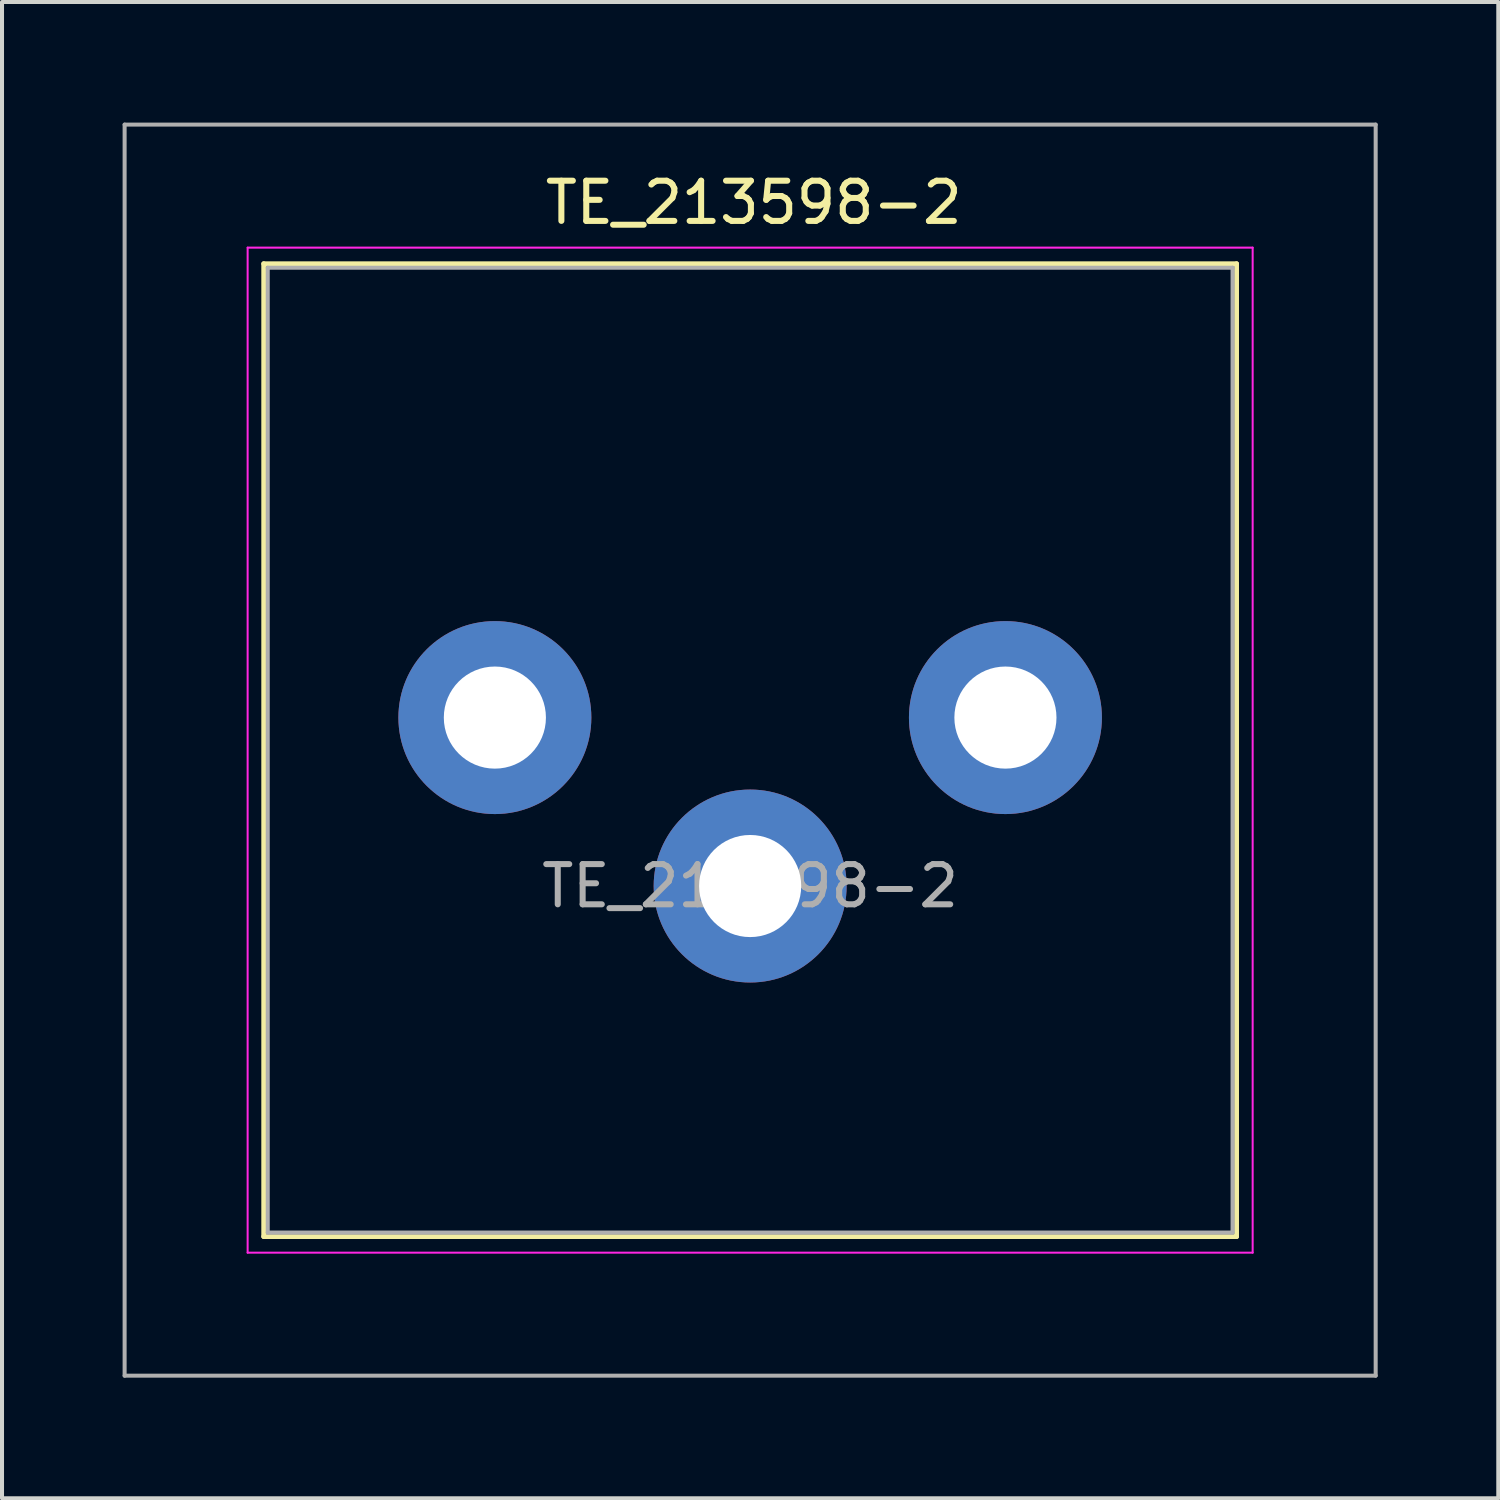
<source format=kicad_pcb>
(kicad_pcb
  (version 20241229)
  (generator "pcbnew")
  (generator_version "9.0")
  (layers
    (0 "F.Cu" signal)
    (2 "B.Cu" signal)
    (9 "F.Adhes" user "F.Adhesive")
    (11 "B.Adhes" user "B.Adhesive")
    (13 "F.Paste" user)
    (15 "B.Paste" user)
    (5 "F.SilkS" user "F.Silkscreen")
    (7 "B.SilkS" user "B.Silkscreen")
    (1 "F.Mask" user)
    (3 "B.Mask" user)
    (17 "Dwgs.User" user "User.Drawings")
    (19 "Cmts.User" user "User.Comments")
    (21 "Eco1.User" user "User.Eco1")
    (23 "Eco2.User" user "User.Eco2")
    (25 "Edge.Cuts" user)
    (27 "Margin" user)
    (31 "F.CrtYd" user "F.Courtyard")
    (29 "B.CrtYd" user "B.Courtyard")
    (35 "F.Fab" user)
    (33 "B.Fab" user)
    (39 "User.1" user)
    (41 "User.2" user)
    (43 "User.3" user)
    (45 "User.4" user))
  (footprint "TE_213598-2"
    (layer "F.Cu")
    (at 9.26 14.8)
    (property "Reference" "TE_213598-2" (at 6.44 -12.81 0) (layer "F.SilkS") (effects (font (size 1 1) (thickness 0.15))))
    (attr through_hole)
    (fp_line (start -5.75 12.91) (end -5.75 -11.29) (stroke (width 0.12) (type solid)) (layer "F.SilkS"))
    (fp_line (start -5.75 12.91) (end 18.45 12.91) (stroke (width 0.12) (type solid)) (layer "F.SilkS"))
    (fp_line (start 18.45 -11.29) (end -5.75 -11.29) (stroke (width 0.12) (type solid)) (layer "F.SilkS"))
    (fp_line (start 18.45 -11.29) (end 18.45 12.91) (stroke (width 0.12) (type solid)) (layer "F.SilkS"))
    (fp_line (start -6.15 13.31) (end -6.15 -11.69) (stroke (width 0.05) (type solid)) (layer "F.CrtYd"))
    (fp_line (start -6.15 13.31) (end 18.85 13.31) (stroke (width 0.05) (type solid)) (layer "F.CrtYd"))
    (fp_line (start 18.85 -11.69) (end -6.15 -11.69) (stroke (width 0.05) (type solid)) (layer "F.CrtYd"))
    (fp_line (start 18.85 -11.69) (end 18.85 13.31) (stroke (width 0.05) (type solid)) (layer "F.CrtYd"))
    (fp_line (start -9.21 16.37) (end -9.21 -14.75) (stroke (width 0.1) (type solid)) (layer "F.Fab"))
    (fp_line (start -9.21 16.37) (end 21.91 16.37) (stroke (width 0.1) (type solid)) (layer "F.Fab"))
    (fp_line (start -5.65 -11.19) (end -5.65 12.81) (stroke (width 0.1) (type solid)) (layer "F.Fab"))
    (fp_line (start -5.65 12.81) (end 18.35 12.81) (stroke (width 0.1) (type solid)) (layer "F.Fab"))
    (fp_line (start 18.35 -11.19) (end -5.65 -11.19) (stroke (width 0.1) (type solid)) (layer "F.Fab"))
    (fp_line (start 18.35 12.81) (end 18.35 -11.19) (stroke (width 0.1) (type solid)) (layer "F.Fab"))
    (fp_line (start 21.91 -14.75) (end -9.21 -14.75) (stroke (width 0.1) (type solid)) (layer "F.Fab"))
    (fp_line (start 21.91 -14.75) (end 21.91 16.37) (stroke (width 0.1) (type solid)) (layer "F.Fab"))
    (fp_text user "${REFERENCE}" (at 6.35 4.19 0) (layer "F.Fab") (effects (font (size 1 1) (thickness 0.15))))
    (pad "1" thru_hole circle (at 0 0) (size 4.8 4.8) (drill 2.54) (layers "*.Cu" "*.Mask"))
    (pad "2" thru_hole circle (at 12.7 0) (size 4.8 4.8) (drill 2.54) (layers "*.Cu" "*.Mask"))
    (pad "3" thru_hole circle (at 6.35 4.19) (size 4.8 4.8) (drill 2.54) (layers "*.Cu" "*.Mask")))
  (gr_rect
    (start -3 -3)
    (end 34.22 34.22)
    (stroke (width 0.1) (type default))
    (fill no)
    (layer "Edge.Cuts")))
</source>
